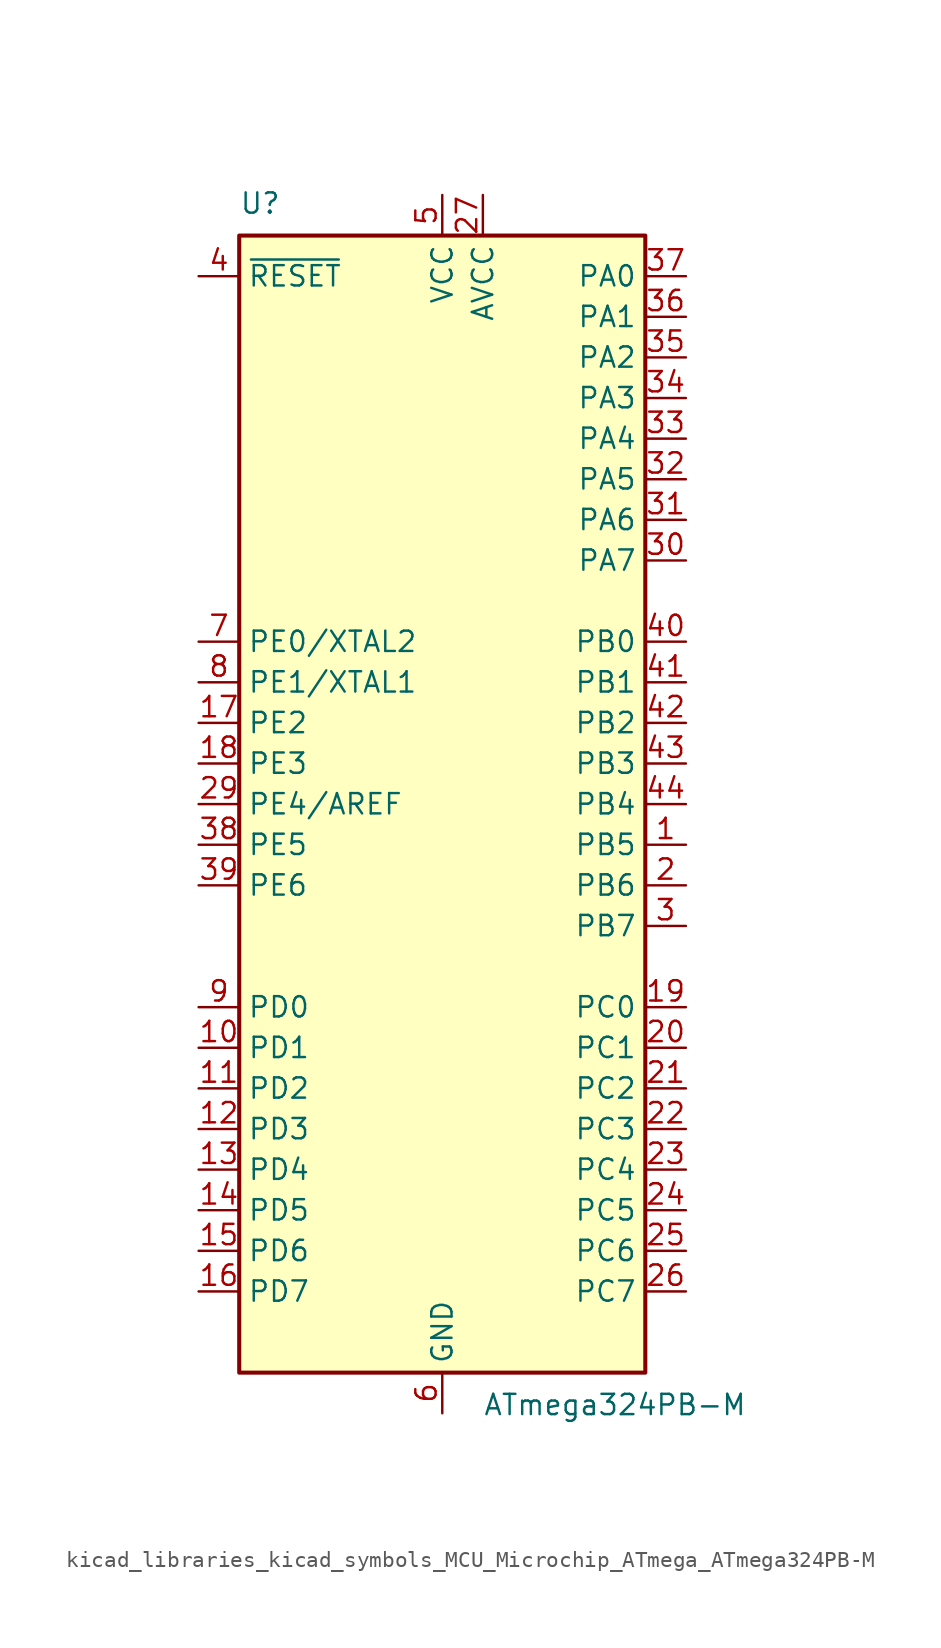
<source format=kicad_sym>
(kicad_symbol_lib
  (version 20220914)
  (generator kicad_symbol_editor)
  (symbol "kicad_libraries_kicad_symbols_MCU_Microchip_ATmega_ATmega324PB-M"
    (property "Reference" "U"
      (at -12.7 36.83 0)
      (effects (font (size 1.27 1.27)) (justify left bottom)))
    (property "Value" "ATmega324PB-M"
      (at 2.54 -36.83 0)
      (effects (font (size 1.27 1.27)) (justify left top)))
    (symbol "kicad_libraries_kicad_symbols_MCU_Microchip_ATmega_ATmega324PB-M_0_1"
      (rectangle (start -12.7 -35.56) (end 12.7 35.56) (stroke (width 0.254) (type default)) (fill (type background))))
    (symbol "kicad_libraries_kicad_symbols_MCU_Microchip_ATmega_ATmega324PB-M_1_1"
      (pin bidirectional line (at 15.24 -2.54 180) (length 2.54) (name "PB5" (effects (font (size 1.27 1.27)))) (number "1" (effects (font (size 1.27 1.27)))))
      (pin bidirectional line (at -15.24 -15.24 0) (length 2.54) (name "PD1" (effects (font (size 1.27 1.27)))) (number "10" (effects (font (size 1.27 1.27)))))
      (pin bidirectional line (at -15.24 -17.78 0) (length 2.54) (name "PD2" (effects (font (size 1.27 1.27)))) (number "11" (effects (font (size 1.27 1.27)))))
      (pin bidirectional line (at -15.24 -20.32 0) (length 2.54) (name "PD3" (effects (font (size 1.27 1.27)))) (number "12" (effects (font (size 1.27 1.27)))))
      (pin bidirectional line (at -15.24 -22.86 0) (length 2.54) (name "PD4" (effects (font (size 1.27 1.27)))) (number "13" (effects (font (size 1.27 1.27)))))
      (pin bidirectional line (at -15.24 -25.4 0) (length 2.54) (name "PD5" (effects (font (size 1.27 1.27)))) (number "14" (effects (font (size 1.27 1.27)))))
      (pin bidirectional line (at -15.24 -27.94 0) (length 2.54) (name "PD6" (effects (font (size 1.27 1.27)))) (number "15" (effects (font (size 1.27 1.27)))))
      (pin bidirectional line (at -15.24 -30.48 0) (length 2.54) (name "PD7" (effects (font (size 1.27 1.27)))) (number "16" (effects (font (size 1.27 1.27)))))
      (pin bidirectional line (at -15.24 5.08 0) (length 2.54) (name "PE2" (effects (font (size 1.27 1.27)))) (number "17" (effects (font (size 1.27 1.27)))))
      (pin bidirectional line (at -15.24 2.54 0) (length 2.54) (name "PE3" (effects (font (size 1.27 1.27)))) (number "18" (effects (font (size 1.27 1.27)))))
      (pin bidirectional line (at 15.24 -12.7 180) (length 2.54) (name "PC0" (effects (font (size 1.27 1.27)))) (number "19" (effects (font (size 1.27 1.27)))))
      (pin bidirectional line (at 15.24 -5.08 180) (length 2.54) (name "PB6" (effects (font (size 1.27 1.27)))) (number "2" (effects (font (size 1.27 1.27)))))
      (pin bidirectional line (at 15.24 -15.24 180) (length 2.54) (name "PC1" (effects (font (size 1.27 1.27)))) (number "20" (effects (font (size 1.27 1.27)))))
      (pin bidirectional line (at 15.24 -17.78 180) (length 2.54) (name "PC2" (effects (font (size 1.27 1.27)))) (number "21" (effects (font (size 1.27 1.27)))))
      (pin bidirectional line (at 15.24 -20.32 180) (length 2.54) (name "PC3" (effects (font (size 1.27 1.27)))) (number "22" (effects (font (size 1.27 1.27)))))
      (pin bidirectional line (at 15.24 -22.86 180) (length 2.54) (name "PC4" (effects (font (size 1.27 1.27)))) (number "23" (effects (font (size 1.27 1.27)))))
      (pin bidirectional line (at 15.24 -25.4 180) (length 2.54) (name "PC5" (effects (font (size 1.27 1.27)))) (number "24" (effects (font (size 1.27 1.27)))))
      (pin bidirectional line (at 15.24 -27.94 180) (length 2.54) (name "PC6" (effects (font (size 1.27 1.27)))) (number "25" (effects (font (size 1.27 1.27)))))
      (pin bidirectional line (at 15.24 -30.48 180) (length 2.54) (name "PC7" (effects (font (size 1.27 1.27)))) (number "26" (effects (font (size 1.27 1.27)))))
      (pin power_in line (at 2.54 38.1 270) (length 2.54) (name "AVCC" (effects (font (size 1.27 1.27)))) (number "27" (effects (font (size 1.27 1.27)))))
      (pin passive line (at 0 -38.1 90) (length 2.54) hide (name "GND" (effects (font (size 1.27 1.27)))) (number "28" (effects (font (size 1.27 1.27)))))
      (pin bidirectional line (at -15.24 0 0) (length 2.54) (name "PE4/AREF" (effects (font (size 1.27 1.27)))) (number "29" (effects (font (size 1.27 1.27)))))
      (pin bidirectional line (at 15.24 -7.62 180) (length 2.54) (name "PB7" (effects (font (size 1.27 1.27)))) (number "3" (effects (font (size 1.27 1.27)))))
      (pin bidirectional line (at 15.24 15.24 180) (length 2.54) (name "PA7" (effects (font (size 1.27 1.27)))) (number "30" (effects (font (size 1.27 1.27)))))
      (pin bidirectional line (at 15.24 17.78 180) (length 2.54) (name "PA6" (effects (font (size 1.27 1.27)))) (number "31" (effects (font (size 1.27 1.27)))))
      (pin bidirectional line (at 15.24 20.32 180) (length 2.54) (name "PA5" (effects (font (size 1.27 1.27)))) (number "32" (effects (font (size 1.27 1.27)))))
      (pin bidirectional line (at 15.24 22.86 180) (length 2.54) (name "PA4" (effects (font (size 1.27 1.27)))) (number "33" (effects (font (size 1.27 1.27)))))
      (pin bidirectional line (at 15.24 25.4 180) (length 2.54) (name "PA3" (effects (font (size 1.27 1.27)))) (number "34" (effects (font (size 1.27 1.27)))))
      (pin bidirectional line (at 15.24 27.94 180) (length 2.54) (name "PA2" (effects (font (size 1.27 1.27)))) (number "35" (effects (font (size 1.27 1.27)))))
      (pin bidirectional line (at 15.24 30.48 180) (length 2.54) (name "PA1" (effects (font (size 1.27 1.27)))) (number "36" (effects (font (size 1.27 1.27)))))
      (pin bidirectional line (at 15.24 33.02 180) (length 2.54) (name "PA0" (effects (font (size 1.27 1.27)))) (number "37" (effects (font (size 1.27 1.27)))))
      (pin bidirectional line (at -15.24 -2.54 0) (length 2.54) (name "PE5" (effects (font (size 1.27 1.27)))) (number "38" (effects (font (size 1.27 1.27)))))
      (pin bidirectional line (at -15.24 -5.08 0) (length 2.54) (name "PE6" (effects (font (size 1.27 1.27)))) (number "39" (effects (font (size 1.27 1.27)))))
      (pin input line (at -15.24 33.02 0) (length 2.54) (name "~{RESET}" (effects (font (size 1.27 1.27)))) (number "4" (effects (font (size 1.27 1.27)))))
      (pin bidirectional line (at 15.24 10.16 180) (length 2.54) (name "PB0" (effects (font (size 1.27 1.27)))) (number "40" (effects (font (size 1.27 1.27)))))
      (pin bidirectional line (at 15.24 7.62 180) (length 2.54) (name "PB1" (effects (font (size 1.27 1.27)))) (number "41" (effects (font (size 1.27 1.27)))))
      (pin bidirectional line (at 15.24 5.08 180) (length 2.54) (name "PB2" (effects (font (size 1.27 1.27)))) (number "42" (effects (font (size 1.27 1.27)))))
      (pin bidirectional line (at 15.24 2.54 180) (length 2.54) (name "PB3" (effects (font (size 1.27 1.27)))) (number "43" (effects (font (size 1.27 1.27)))))
      (pin bidirectional line (at 15.24 0 180) (length 2.54) (name "PB4" (effects (font (size 1.27 1.27)))) (number "44" (effects (font (size 1.27 1.27)))))
      (pin passive line (at 0 -38.1 90) (length 2.54) hide (name "GND" (effects (font (size 1.27 1.27)))) (number "45" (effects (font (size 1.27 1.27)))))
      (pin power_in line (at 0 38.1 270) (length 2.54) (name "VCC" (effects (font (size 1.27 1.27)))) (number "5" (effects (font (size 1.27 1.27)))))
      (pin power_in line (at 0 -38.1 90) (length 2.54) (name "GND" (effects (font (size 1.27 1.27)))) (number "6" (effects (font (size 1.27 1.27)))))
      (pin bidirectional line (at -15.24 10.16 0) (length 2.54) (name "PE0/XTAL2" (effects (font (size 1.27 1.27)))) (number "7" (effects (font (size 1.27 1.27)))))
      (pin bidirectional line (at -15.24 7.62 0) (length 2.54) (name "PE1/XTAL1" (effects (font (size 1.27 1.27)))) (number "8" (effects (font (size 1.27 1.27)))))
      (pin bidirectional line (at -15.24 -12.7 0) (length 2.54) (name "PD0" (effects (font (size 1.27 1.27)))) (number "9" (effects (font (size 1.27 1.27))))))))
</source>
